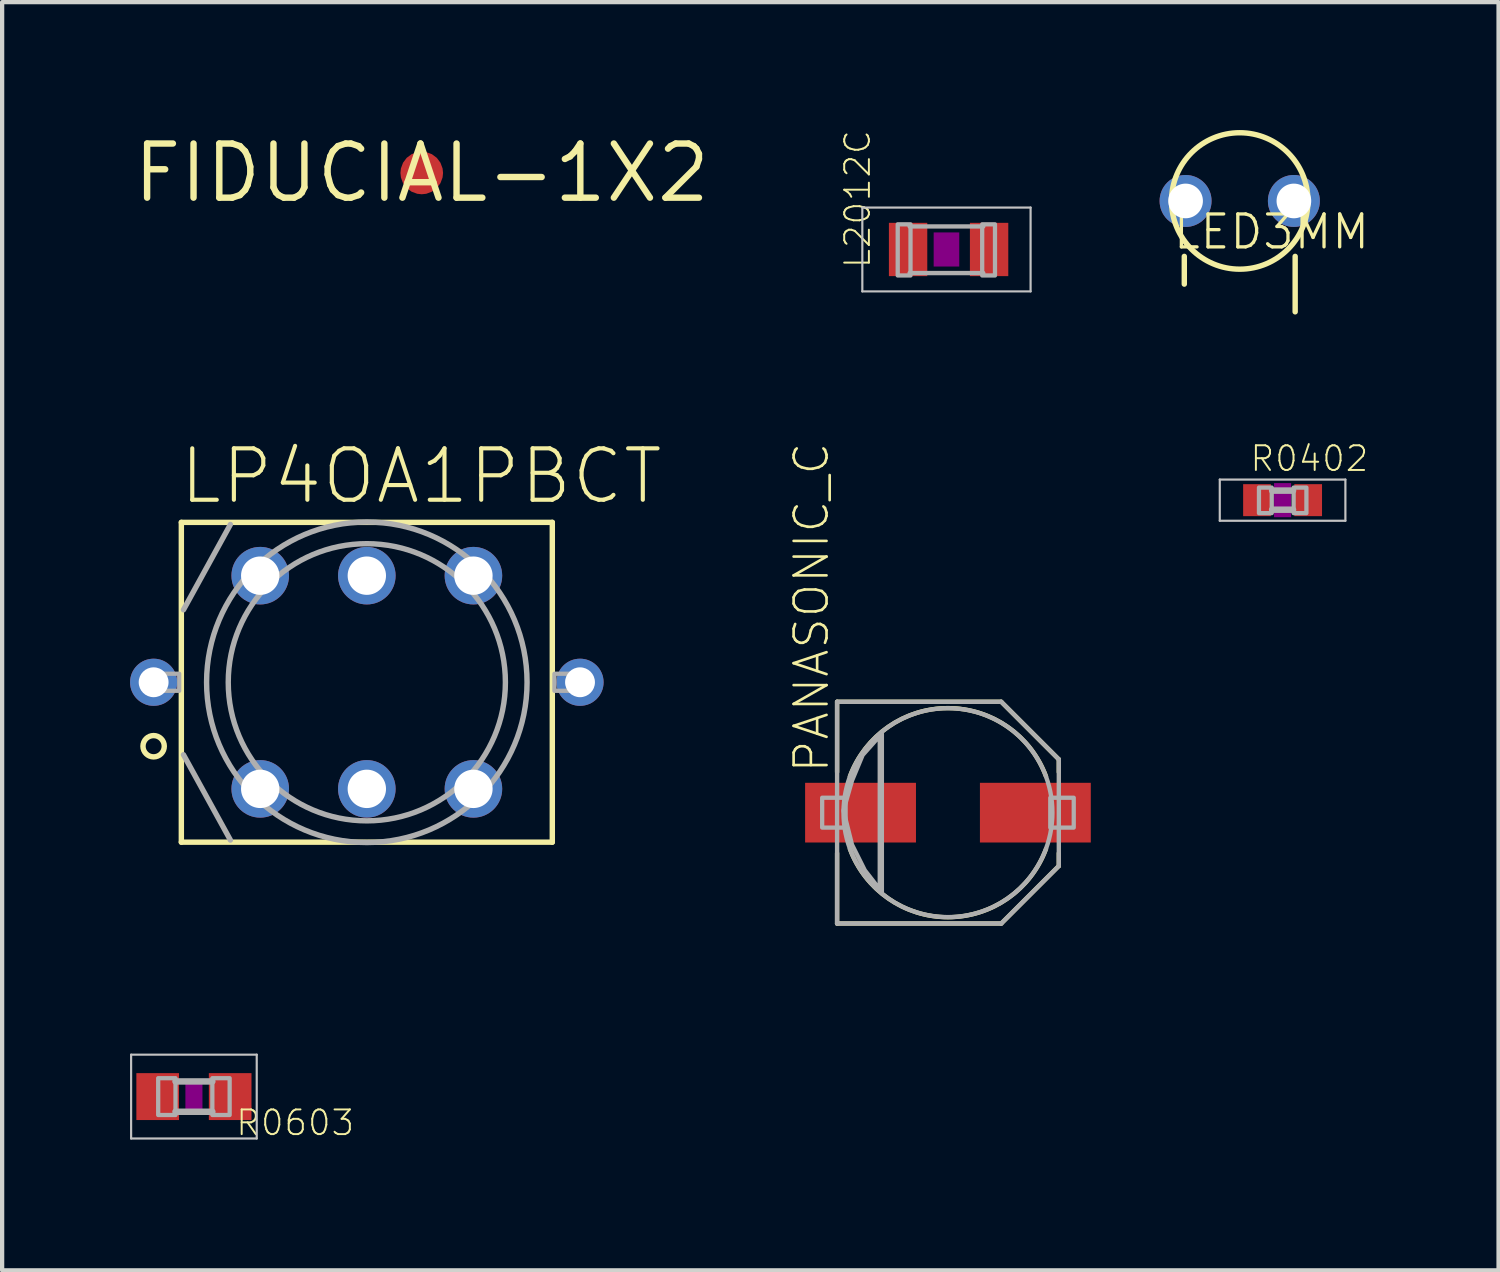
<source format=kicad_pcb>
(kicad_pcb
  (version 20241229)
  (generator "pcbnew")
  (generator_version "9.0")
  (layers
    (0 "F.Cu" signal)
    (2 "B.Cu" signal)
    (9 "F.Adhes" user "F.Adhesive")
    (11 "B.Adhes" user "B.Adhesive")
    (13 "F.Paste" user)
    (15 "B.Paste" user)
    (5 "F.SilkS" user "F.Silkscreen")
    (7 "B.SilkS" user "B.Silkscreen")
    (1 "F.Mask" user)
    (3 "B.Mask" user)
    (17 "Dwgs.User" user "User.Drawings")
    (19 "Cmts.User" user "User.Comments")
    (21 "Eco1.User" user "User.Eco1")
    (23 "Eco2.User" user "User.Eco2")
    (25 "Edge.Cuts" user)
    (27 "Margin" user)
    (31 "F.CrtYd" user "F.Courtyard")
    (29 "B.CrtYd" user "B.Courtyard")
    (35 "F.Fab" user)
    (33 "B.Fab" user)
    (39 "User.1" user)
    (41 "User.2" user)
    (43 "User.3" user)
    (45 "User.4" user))
  (footprint "LP4OA1PBCT"
    (layer "F.Cu")
    (at 5.553 12.951)
    (property "Reference" "LP4OA1PBCT" (at -4.445 -4.128 0) (layer "F.SilkS") (effects (font (size 1.206 1.206) (thickness 0.097)) (justify left bottom)))
    (attr through_hole)
    (fp_line (start -4.35 -3.75) (end 4.35 -3.75) (stroke (width 0.127) (type solid)) (layer "F.SilkS"))
    (fp_line (start -4.35 3.75) (end -4.35 -3.75) (stroke (width 0.127) (type solid)) (layer "F.SilkS"))
    (fp_line (start -4.35 3.75) (end 4.35 3.75) (stroke (width 0.127) (type solid)) (layer "F.SilkS"))
    (fp_line (start 4.35 3.75) (end 4.35 -3.75) (stroke (width 0.127) (type solid)) (layer "F.SilkS"))
    (fp_circle (center -5 1.5) (end -4.75 1.5) (stroke (width 0.127) (type solid)) (fill no) (layer "F.SilkS"))
    (fp_line (start -4.3 1.7) (end -3.2 3.7) (stroke (width 0.127) (type solid)) (layer "F.Fab"))
    (fp_line (start -3.2 -3.7) (end -4.3 -1.7) (stroke (width 0.127) (type solid)) (layer "F.Fab"))
    (fp_circle (center 0 0) (end 3.25 0) (stroke (width 0.127) (type solid)) (fill no) (layer "F.Fab"))
    (fp_circle (center 0 0) (end 3.758 0) (stroke (width 0.127) (type solid)) (fill no) (layer "F.Fab"))
    (fp_poly (pts (xy -5 0.2) (xy -4.4 0.2) (xy -4.4 -0.2) (xy -5 -0.2)) (stroke (width 0.1) (type solid)) (fill no) (layer "F.Fab"))
    (fp_poly (pts (xy 4.4 0.2) (xy 5 0.2) (xy 5 -0.2) (xy 4.4 -0.2)) (stroke (width 0.1) (type solid)) (fill no) (layer "F.Fab"))
    (pad "L1" thru_hole circle (at 5 0) (size 1.106 1.106) (drill 0.7) (layers "*.Cu" "*.Mask"))
    (pad "L2" thru_hole circle (at -5 0) (size 1.106 1.106) (drill 0.7) (layers "*.Cu" "*.Mask"))
    (pad "P1" thru_hole circle (at 2.5 -2.5) (size 1.35 1.35) (drill 0.9) (layers "*.Cu" "*.Mask"))
    (pad "P2" thru_hole circle (at 0 -2.5) (size 1.35 1.35) (drill 0.9) (layers "*.Cu" "*.Mask"))
    (pad "P3" thru_hole circle (at -2.5 -2.5) (size 1.35 1.35) (drill 0.9) (layers "*.Cu" "*.Mask"))
    (pad "P4" thru_hole circle (at 2.5 2.5) (size 1.35 1.35) (drill 0.9) (layers "*.Cu" "*.Mask"))
    (pad "P5" thru_hole circle (at 0 2.5) (size 1.35 1.35) (drill 0.9) (layers "*.Cu" "*.Mask"))
    (pad "P6" thru_hole circle (at -2.5 2.5) (size 1.35 1.35) (drill 0.9) (layers "*.Cu" "*.Mask")))
  (footprint "R0402"
    (layer "F.Cu")
    (at 27.03 8.68)
    (property "Reference" "R0402" (at -0.794 -0.635 180) (layer "F.SilkS") (effects (font (size 0.579 0.579) (thickness 0.046)) (justify left bottom)))
    (attr through_hole)
    (fp_poly (pts (xy -0.2 0.4) (xy 0.2 0.4) (xy 0.2 -0.4) (xy -0.2 -0.4)) (stroke (width 0) (type solid)) (fill yes) (layer "F.Adhes"))
    (fp_line (start -1.473 -0.483) (end 1.473 -0.483) (stroke (width 0.051) (type solid)) (layer "Dwgs.User"))
    (fp_line (start -1.473 0.483) (end -1.473 -0.483) (stroke (width 0.051) (type solid)) (layer "Dwgs.User"))
    (fp_line (start 1.473 -0.483) (end 1.473 0.483) (stroke (width 0.051) (type solid)) (layer "Dwgs.User"))
    (fp_line (start 1.473 0.483) (end -1.473 0.483) (stroke (width 0.051) (type solid)) (layer "Dwgs.User"))
    (fp_line (start -0.245 -0.224) (end 0.245 -0.224) (stroke (width 0.152) (type solid)) (layer "F.Fab"))
    (fp_line (start 0.245 0.224) (end -0.245 0.224) (stroke (width 0.152) (type solid)) (layer "F.Fab"))
    (fp_poly (pts (xy -0.554 0.305) (xy -0.254 0.305) (xy -0.254 -0.295) (xy -0.554 -0.295)) (stroke (width 0.1) (type solid)) (fill no) (layer "F.Fab"))
    (fp_poly (pts (xy 0.259 0.305) (xy 0.559 0.305) (xy 0.559 -0.295) (xy 0.259 -0.295)) (stroke (width 0.1) (type solid)) (fill no) (layer "F.Fab"))
    (pad "1" smd rect (at -0.6 0) (size 0.65 0.75) (layers "F.Cu" "F.Mask" "F.Paste"))
    (pad "2" smd rect (at 0.6 0) (size 0.65 0.75) (layers "F.Cu" "F.Mask" "F.Paste")))
  (footprint "L2012C"
    (layer "F.Cu")
    (at 19.147 2.801)
    (property "Reference" "L2012C" (at -1.746 0.476 270) (layer "F.SilkS") (effects (font (size 0.579 0.579) (thickness 0.046)) (justify left bottom)))
    (attr through_hole)
    (fp_poly (pts (xy -0.3 0.4) (xy 0.3 0.4) (xy 0.3 -0.4) (xy -0.3 -0.4)) (stroke (width 0) (type solid)) (fill yes) (layer "F.Adhes"))
    (fp_line (start -1.973 -0.983) (end 1.973 -0.983) (stroke (width 0.051) (type solid)) (layer "Dwgs.User"))
    (fp_line (start -1.973 0.983) (end -1.973 -0.983) (stroke (width 0.051) (type solid)) (layer "Dwgs.User"))
    (fp_line (start 1.973 -0.983) (end 1.973 0.983) (stroke (width 0.051) (type solid)) (layer "Dwgs.User"))
    (fp_line (start 1.973 0.983) (end -1.973 0.983) (stroke (width 0.051) (type solid)) (layer "Dwgs.User"))
    (fp_line (start -0.864 -0.54) (end 0.864 -0.54) (stroke (width 0.102) (type solid)) (layer "F.Fab"))
    (fp_line (start -0.864 0.553) (end 0.864 0.553) (stroke (width 0.102) (type solid)) (layer "F.Fab"))
    (fp_poly (pts (xy -1.143 0.61) (xy -0.843 0.61) (xy -0.843 -0.59) (xy -1.143 -0.59)) (stroke (width 0.1) (type solid)) (fill no) (layer "F.Fab"))
    (fp_poly (pts (xy 0.838 0.61) (xy 1.138 0.61) (xy 1.138 -0.59) (xy 0.838 -0.59)) (stroke (width 0.1) (type solid)) (fill no) (layer "F.Fab"))
    (pad "1" smd rect (at -0.9 0) (size 0.9 1.25) (layers "F.Cu" "F.Mask" "F.Paste"))
    (pad "2" smd rect (at 1 0) (size 0.9 1.25) (layers "F.Cu" "F.Mask" "F.Paste")))
  (footprint "LED3MM"
    (layer "F.Cu")
    (at 26.025 1.663)
    (property "Reference" "LED3MM" (at -1.603 1.175 180) (layer "F.SilkS") (effects (font (size 0.772 0.772) (thickness 0.077)) (justify left bottom)))
    (attr through_hole)
    (fp_line (start -1.3 1.3) (end -1.3 1.95) (stroke (width 0.127) (type solid)) (layer "F.SilkS"))
    (fp_line (start 1.3 1.3) (end 1.3 2.6) (stroke (width 0.127) (type solid)) (layer "F.SilkS"))
    (fp_circle (center 0 0) (end 1.6 0) (stroke (width 0.127) (type solid)) (fill no) (layer "F.SilkS"))
    (pad "1" thru_hole circle (at -1.27 0) (size 1.219 1.219) (drill 0.813) (layers "*.Cu" "*.Mask"))
    (pad "2" thru_hole circle (at 1.27 0) (size 1.219 1.219) (drill 0.813) (layers "*.Cu" "*.Mask")))
  (footprint "PANASONIC_C"
    (layer "F.Cu")
    (at 19.182 16.009)
    (property "Reference" "PANASONIC_C" (at -2.75 -0.892 270) (layer "F.SilkS") (effects (font (size 0.772 0.772) (thickness 0.062)) (justify left bottom)))
    (attr through_hole)
    (fp_line (start -2.6 -2.6) (end 1.25 -2.6) (stroke (width 0.102) (type solid)) (layer "F.SilkS"))
    (fp_line (start -2.6 -0.95) (end -2.6 -2.6) (stroke (width 0.102) (type solid)) (layer "F.SilkS"))
    (fp_line (start -2.6 2.6) (end -2.6 0.95) (stroke (width 0.102) (type solid)) (layer "F.SilkS"))
    (fp_line (start 1.25 -2.6) (end 2.6 -1.25) (stroke (width 0.102) (type solid)) (layer "F.SilkS"))
    (fp_line (start 1.25 2.6) (end -2.6 2.6) (stroke (width 0.102) (type solid)) (layer "F.SilkS"))
    (fp_line (start 2.6 -1.25) (end 2.6 -0.95) (stroke (width 0.102) (type solid)) (layer "F.SilkS"))
    (fp_line (start 2.6 0.95) (end 2.6 1.25) (stroke (width 0.102) (type solid)) (layer "F.SilkS"))
    (fp_line (start 2.6 1.25) (end 1.25 2.6) (stroke (width 0.102) (type solid)) (layer "F.SilkS"))
    (fp_arc (start -2.3 -0.85) (mid 0 -2.45204) (end 2.3 -0.85) (stroke (width 0.1016) (type solid)) (layer "F.SilkS"))
    (fp_arc (start 2.3 0.85) (mid 0 2.45204) (end -2.3 0.85) (stroke (width 0.1016) (type solid)) (layer "F.SilkS"))
    (fp_line (start -2.6 -2.6) (end 1.25 -2.6) (stroke (width 0.102) (type solid)) (layer "F.Fab"))
    (fp_line (start -2.6 2.6) (end -2.6 -2.6) (stroke (width 0.102) (type solid)) (layer "F.Fab"))
    (fp_line (start -1.55 -1.85) (end -1.55 1.85) (stroke (width 0.102) (type solid)) (layer "F.Fab"))
    (fp_line (start 1.25 -2.6) (end 2.6 -1.25) (stroke (width 0.102) (type solid)) (layer "F.Fab"))
    (fp_line (start 1.25 2.6) (end -2.6 2.6) (stroke (width 0.102) (type solid)) (layer "F.Fab"))
    (fp_line (start 2.6 -1.25) (end 2.6 1.25) (stroke (width 0.102) (type solid)) (layer "F.Fab"))
    (fp_line (start 2.6 1.25) (end 1.25 2.6) (stroke (width 0.102) (type solid)) (layer "F.Fab"))
    (fp_circle (center 0 0) (end 2.45 0) (stroke (width 0.102) (type solid)) (fill no) (layer "F.Fab"))
    (fp_poly (pts (xy -2.95 0.35) (xy -2.4 0.35) (xy -2.4 -0.35) (xy -2.95 -0.35)) (stroke (width 0.1) (type solid)) (fill no) (layer "F.Fab"))
    (fp_poly (pts (xy 2.4 0.35) (xy 2.95 0.35) (xy 2.95 -0.35) (xy 2.4 -0.35)) (stroke (width 0.1) (type solid)) (fill no) (layer "F.Fab"))
    (fp_poly (pts (xy -1.6 -1.8) (xy -2 -1.35) (xy -2.25 -0.75) (xy -2.45 -0.05) (xy -2.25 0.75) (xy -1.95 1.35) (xy -1.6 1.8)) (stroke (width 0.1) (type solid)) (fill no) (layer "F.Fab"))
    (pad "+" smd rect (at 2.05 0) (size 2.6 1.4) (layers "F.Cu" "F.Mask" "F.Paste"))
    (pad "-" smd rect (at -2.05 0) (size 2.6 1.4) (layers "F.Cu" "F.Mask" "F.Paste")))
  (footprint "FIDUCIAL-1X2"
    (layer "F.Cu")
    (at 6.841 1.006)
    (property "Reference" "FIDUCIAL-1X2" (at 0 0 0) (layer "F.SilkS") (effects (font (size 1.27 1.27) (thickness 0.15))))
    (attr through_hole)
    (pad "1" smd roundrect (at 0 0) (size 1 1) (layers "F.Cu" "F.Mask") (roundrect_rratio 0.5)))
  (footprint "R0603"
    (layer "F.Cu")
    (at 1.498 22.668)
    (property "Reference" "R0603" (at 0.952 0.953 0) (layer "F.SilkS") (effects (font (size 0.579 0.579) (thickness 0.046)) (justify left bottom)))
    (attr through_hole)
    (fp_poly (pts (xy -0.2 0.4) (xy 0.2 0.4) (xy 0.2 -0.4) (xy -0.2 -0.4)) (stroke (width 0) (type solid)) (fill yes) (layer "F.Adhes"))
    (fp_line (start -1.473 -0.983) (end 1.473 -0.983) (stroke (width 0.051) (type solid)) (layer "Dwgs.User"))
    (fp_line (start -1.473 0.983) (end -1.473 -0.983) (stroke (width 0.051) (type solid)) (layer "Dwgs.User"))
    (fp_line (start 1.473 -0.983) (end 1.473 0.983) (stroke (width 0.051) (type solid)) (layer "Dwgs.User"))
    (fp_line (start 1.473 0.983) (end -1.473 0.983) (stroke (width 0.051) (type solid)) (layer "Dwgs.User"))
    (fp_line (start -0.432 0.356) (end 0.432 0.356) (stroke (width 0.152) (type solid)) (layer "F.Fab"))
    (fp_line (start 0.432 -0.356) (end -0.432 -0.356) (stroke (width 0.152) (type solid)) (layer "F.Fab"))
    (fp_poly (pts (xy -0.838 0.432) (xy -0.432 0.432) (xy -0.432 -0.432) (xy -0.838 -0.432)) (stroke (width 0.1) (type solid)) (fill no) (layer "F.Fab"))
    (fp_poly (pts (xy 0.432 0.432) (xy 0.838 0.432) (xy 0.838 -0.432) (xy 0.432 -0.432)) (stroke (width 0.1) (type solid)) (fill no) (layer "F.Fab"))
    (pad "1" smd rect (at -0.85 0) (size 1 1.1) (layers "F.Cu" "F.Mask" "F.Paste"))
    (pad "2" smd rect (at 0.85 0) (size 1 1.1) (layers "F.Cu" "F.Mask" "F.Paste")))
  (gr_rect
    (start -3 -3)
    (end 32.095 26.743)
    (stroke (width 0.1) (type default))
    (fill no)
    (layer "Edge.Cuts")))
</source>
